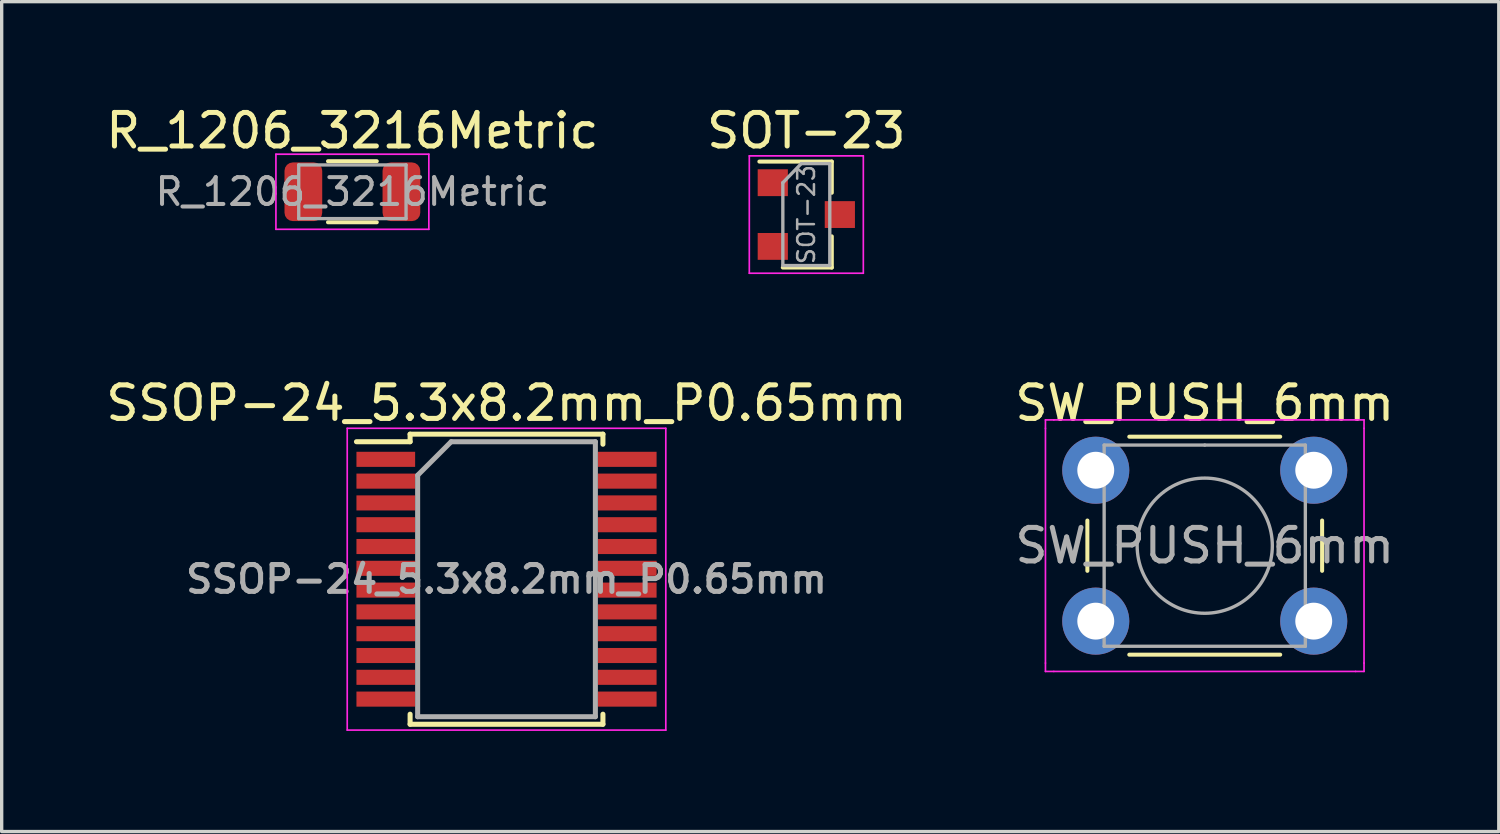
<source format=kicad_pcb>
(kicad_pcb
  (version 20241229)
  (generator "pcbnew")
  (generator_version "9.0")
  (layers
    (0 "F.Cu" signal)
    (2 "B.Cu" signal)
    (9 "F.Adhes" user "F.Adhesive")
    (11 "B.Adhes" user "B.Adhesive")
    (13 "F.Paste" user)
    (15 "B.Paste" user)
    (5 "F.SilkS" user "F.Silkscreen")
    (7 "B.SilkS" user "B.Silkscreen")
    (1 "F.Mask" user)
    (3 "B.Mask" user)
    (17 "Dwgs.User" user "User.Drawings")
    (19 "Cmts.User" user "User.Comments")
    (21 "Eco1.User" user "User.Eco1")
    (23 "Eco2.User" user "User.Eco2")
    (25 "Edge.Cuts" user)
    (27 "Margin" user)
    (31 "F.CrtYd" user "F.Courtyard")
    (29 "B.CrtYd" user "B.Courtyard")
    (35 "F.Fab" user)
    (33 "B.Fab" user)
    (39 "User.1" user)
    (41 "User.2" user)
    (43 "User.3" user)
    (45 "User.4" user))
  (footprint "SOT-23"
    (layer "F.Cu")
    (at 20.994 3.348)
    (property "Reference" "SOT-23" (at 0 -2.5 180) (layer "F.SilkS") (effects (font (size 1 1) (thickness 0.15))))
    (attr smd)
    (fp_line (start 0.76 -1.58) (end -1.4 -1.58) (stroke (width 0.12) (type solid)) (layer "F.SilkS"))
    (fp_line (start 0.76 -1.58) (end 0.76 -0.65) (stroke (width 0.12) (type solid)) (layer "F.SilkS"))
    (fp_line (start 0.76 1.58) (end -0.7 1.58) (stroke (width 0.12) (type solid)) (layer "F.SilkS"))
    (fp_line (start 0.76 1.58) (end 0.76 0.65) (stroke (width 0.12) (type solid)) (layer "F.SilkS"))
    (fp_line (start -1.7 -1.75) (end 1.7 -1.75) (stroke (width 0.05) (type solid)) (layer "F.CrtYd"))
    (fp_line (start -1.7 1.75) (end -1.7 -1.75) (stroke (width 0.05) (type solid)) (layer "F.CrtYd"))
    (fp_line (start 1.7 -1.75) (end 1.7 1.75) (stroke (width 0.05) (type solid)) (layer "F.CrtYd"))
    (fp_line (start 1.7 1.75) (end -1.7 1.75) (stroke (width 0.05) (type solid)) (layer "F.CrtYd"))
    (fp_line (start -0.7 -0.95) (end -0.7 1.5) (stroke (width 0.1) (type solid)) (layer "F.Fab"))
    (fp_line (start -0.7 -0.95) (end -0.15 -1.52) (stroke (width 0.1) (type solid)) (layer "F.Fab"))
    (fp_line (start -0.7 1.52) (end 0.7 1.52) (stroke (width 0.1) (type solid)) (layer "F.Fab"))
    (fp_line (start -0.15 -1.52) (end 0.7 -1.52) (stroke (width 0.1) (type solid)) (layer "F.Fab"))
    (fp_line (start 0.7 -1.52) (end 0.7 1.52) (stroke (width 0.1) (type solid)) (layer "F.Fab"))
    (fp_text user "${REFERENCE}" (at 0 0 270) (layer "F.Fab") (effects (font (size 0.5 0.5) (thickness 0.075))))
    (pad "1" smd rect (at -1 -0.95) (size 0.9 0.8) (layers "F.Cu" "F.Mask" "F.Paste"))
    (pad "2" smd rect (at -1 0.95) (size 0.9 0.8) (layers "F.Cu" "F.Mask" "F.Paste"))
    (pad "3" smd rect (at 1 0) (size 0.9 0.8) (layers "F.Cu" "F.Mask" "F.Paste")))
  (footprint "SW_PUSH_6mm"
    (layer "F.Cu")
    (at 29.625 10.972)
    (property "Reference" "SW_PUSH_6mm" (at 3.25 -2 0) (layer "F.SilkS") (effects (font (size 1 1) (thickness 0.15))))
    (attr through_hole)
    (fp_line (start -0.25 1.5) (end -0.25 3) (stroke (width 0.12) (type solid)) (layer "F.SilkS"))
    (fp_line (start 1 5.5) (end 5.5 5.5) (stroke (width 0.12) (type solid)) (layer "F.SilkS"))
    (fp_line (start 5.5 -1) (end 1 -1) (stroke (width 0.12) (type solid)) (layer "F.SilkS"))
    (fp_line (start 6.75 3) (end 6.75 1.5) (stroke (width 0.12) (type solid)) (layer "F.SilkS"))
    (fp_line (start -1.5 -1.5) (end -1.25 -1.5) (stroke (width 0.05) (type solid)) (layer "F.CrtYd"))
    (fp_line (start -1.5 -1.25) (end -1.5 -1.5) (stroke (width 0.05) (type solid)) (layer "F.CrtYd"))
    (fp_line (start -1.5 5.75) (end -1.5 -1.25) (stroke (width 0.05) (type solid)) (layer "F.CrtYd"))
    (fp_line (start -1.5 5.75) (end -1.5 6) (stroke (width 0.05) (type solid)) (layer "F.CrtYd"))
    (fp_line (start -1.5 6) (end -1.25 6) (stroke (width 0.05) (type solid)) (layer "F.CrtYd"))
    (fp_line (start -1.25 -1.5) (end 7.75 -1.5) (stroke (width 0.05) (type solid)) (layer "F.CrtYd"))
    (fp_line (start 7.75 -1.5) (end 8 -1.5) (stroke (width 0.05) (type solid)) (layer "F.CrtYd"))
    (fp_line (start 7.75 6) (end -1.25 6) (stroke (width 0.05) (type solid)) (layer "F.CrtYd"))
    (fp_line (start 7.75 6) (end 8 6) (stroke (width 0.05) (type solid)) (layer "F.CrtYd"))
    (fp_line (start 8 -1.5) (end 8 -1.25) (stroke (width 0.05) (type solid)) (layer "F.CrtYd"))
    (fp_line (start 8 -1.25) (end 8 5.75) (stroke (width 0.05) (type solid)) (layer "F.CrtYd"))
    (fp_line (start 8 6) (end 8 5.75) (stroke (width 0.05) (type solid)) (layer "F.CrtYd"))
    (fp_line (start 0.25 -0.75) (end 3.25 -0.75) (stroke (width 0.1) (type solid)) (layer "F.Fab"))
    (fp_line (start 0.25 5.25) (end 0.25 -0.75) (stroke (width 0.1) (type solid)) (layer "F.Fab"))
    (fp_line (start 3.25 -0.75) (end 6.25 -0.75) (stroke (width 0.1) (type solid)) (layer "F.Fab"))
    (fp_line (start 6.25 -0.75) (end 6.25 5.25) (stroke (width 0.1) (type solid)) (layer "F.Fab"))
    (fp_line (start 6.25 5.25) (end 0.25 5.25) (stroke (width 0.1) (type solid)) (layer "F.Fab"))
    (fp_circle (center 3.25 2.25) (end 1.25 2.5) (stroke (width 0.1) (type solid)) (fill no) (layer "F.Fab"))
    (fp_text user "${REFERENCE}" (at 3.25 2.25 0) (layer "F.Fab") (effects (font (size 1 1) (thickness 0.15))))
    (pad "1" thru_hole circle (at 0 0 90) (size 2 2) (drill 1.1) (layers "*.Cu" "*.Mask"))
    (pad "1" thru_hole circle (at 6.5 0 90) (size 2 2) (drill 1.1) (layers "*.Cu" "*.Mask"))
    (pad "2" thru_hole circle (at 0 4.5 90) (size 2 2) (drill 1.1) (layers "*.Cu" "*.Mask"))
    (pad "2" thru_hole circle (at 6.5 4.5 90) (size 2 2) (drill 1.1) (layers "*.Cu" "*.Mask")))
  (footprint "SSOP-24_5.3x8.2mm_P0.65mm"
    (layer "F.Cu")
    (at 12.054 14.222)
    (property "Reference" "SSOP-24_5.3x8.2mm_P0.65mm" (at 0 -5.25 0) (layer "F.SilkS") (effects (font (size 1 1) (thickness 0.15))))
    (attr smd)
    (fp_line (start -2.875 -4.325) (end -2.875 -4.1) (stroke (width 0.15) (type solid)) (layer "F.SilkS"))
    (fp_line (start -2.875 -4.325) (end 2.875 -4.325) (stroke (width 0.15) (type solid)) (layer "F.SilkS"))
    (fp_line (start -2.875 -4.1) (end -4.475 -4.1) (stroke (width 0.15) (type solid)) (layer "F.SilkS"))
    (fp_line (start -2.875 4.325) (end -2.875 4.025) (stroke (width 0.15) (type solid)) (layer "F.SilkS"))
    (fp_line (start -2.875 4.325) (end 2.875 4.325) (stroke (width 0.15) (type solid)) (layer "F.SilkS"))
    (fp_line (start 2.875 -4.325) (end 2.875 -4.025) (stroke (width 0.15) (type solid)) (layer "F.SilkS"))
    (fp_line (start 2.875 4.325) (end 2.875 4.025) (stroke (width 0.15) (type solid)) (layer "F.SilkS"))
    (fp_line (start -4.75 -4.5) (end -4.75 4.5) (stroke (width 0.05) (type solid)) (layer "F.CrtYd"))
    (fp_line (start -4.75 -4.5) (end 4.75 -4.5) (stroke (width 0.05) (type solid)) (layer "F.CrtYd"))
    (fp_line (start -4.75 4.5) (end 4.75 4.5) (stroke (width 0.05) (type solid)) (layer "F.CrtYd"))
    (fp_line (start 4.75 -4.5) (end 4.75 4.5) (stroke (width 0.05) (type solid)) (layer "F.CrtYd"))
    (fp_line (start -2.65 -3.1) (end -1.65 -4.1) (stroke (width 0.15) (type solid)) (layer "F.Fab"))
    (fp_line (start -2.65 4.1) (end -2.65 -3.1) (stroke (width 0.15) (type solid)) (layer "F.Fab"))
    (fp_line (start -1.65 -4.1) (end 2.65 -4.1) (stroke (width 0.15) (type solid)) (layer "F.Fab"))
    (fp_line (start 2.65 -4.1) (end 2.65 4.1) (stroke (width 0.15) (type solid)) (layer "F.Fab"))
    (fp_line (start 2.65 4.1) (end -2.65 4.1) (stroke (width 0.15) (type solid)) (layer "F.Fab"))
    (fp_text user "${REFERENCE}" (at 0 0 0) (layer "F.Fab") (effects (font (size 0.8 0.8) (thickness 0.15))))
    (pad "1" smd rect (at -3.6 -3.575) (size 1.75 0.45) (layers "F.Cu" "F.Mask" "F.Paste"))
    (pad "2" smd rect (at -3.6 -2.925) (size 1.75 0.45) (layers "F.Cu" "F.Mask" "F.Paste"))
    (pad "3" smd rect (at -3.6 -2.275) (size 1.75 0.45) (layers "F.Cu" "F.Mask" "F.Paste"))
    (pad "4" smd rect (at -3.6 -1.625) (size 1.75 0.45) (layers "F.Cu" "F.Mask" "F.Paste"))
    (pad "5" smd rect (at -3.6 -0.975) (size 1.75 0.45) (layers "F.Cu" "F.Mask" "F.Paste"))
    (pad "6" smd rect (at -3.6 -0.325) (size 1.75 0.45) (layers "F.Cu" "F.Mask" "F.Paste"))
    (pad "7" smd rect (at -3.6 0.325) (size 1.75 0.45) (layers "F.Cu" "F.Mask" "F.Paste"))
    (pad "8" smd rect (at -3.6 0.975) (size 1.75 0.45) (layers "F.Cu" "F.Mask" "F.Paste"))
    (pad "9" smd rect (at -3.6 1.625) (size 1.75 0.45) (layers "F.Cu" "F.Mask" "F.Paste"))
    (pad "10" smd rect (at -3.6 2.275) (size 1.75 0.45) (layers "F.Cu" "F.Mask" "F.Paste"))
    (pad "11" smd rect (at -3.6 2.925) (size 1.75 0.45) (layers "F.Cu" "F.Mask" "F.Paste"))
    (pad "12" smd rect (at -3.6 3.575) (size 1.75 0.45) (layers "F.Cu" "F.Mask" "F.Paste"))
    (pad "13" smd rect (at 3.6 3.575) (size 1.75 0.45) (layers "F.Cu" "F.Mask" "F.Paste"))
    (pad "14" smd rect (at 3.6 2.925) (size 1.75 0.45) (layers "F.Cu" "F.Mask" "F.Paste"))
    (pad "15" smd rect (at 3.6 2.275) (size 1.75 0.45) (layers "F.Cu" "F.Mask" "F.Paste"))
    (pad "16" smd rect (at 3.6 1.625) (size 1.75 0.45) (layers "F.Cu" "F.Mask" "F.Paste"))
    (pad "17" smd rect (at 3.6 0.975) (size 1.75 0.45) (layers "F.Cu" "F.Mask" "F.Paste"))
    (pad "18" smd rect (at 3.6 0.325) (size 1.75 0.45) (layers "F.Cu" "F.Mask" "F.Paste"))
    (pad "19" smd rect (at 3.6 -0.325) (size 1.75 0.45) (layers "F.Cu" "F.Mask" "F.Paste"))
    (pad "20" smd rect (at 3.6 -0.975) (size 1.75 0.45) (layers "F.Cu" "F.Mask" "F.Paste"))
    (pad "21" smd rect (at 3.6 -1.625) (size 1.75 0.45) (layers "F.Cu" "F.Mask" "F.Paste"))
    (pad "22" smd rect (at 3.6 -2.275) (size 1.75 0.45) (layers "F.Cu" "F.Mask" "F.Paste"))
    (pad "23" smd rect (at 3.6 -2.925) (size 1.75 0.45) (layers "F.Cu" "F.Mask" "F.Paste"))
    (pad "24" smd rect (at 3.6 -3.575) (size 1.75 0.45) (layers "F.Cu" "F.Mask" "F.Paste")))
  (footprint "R_1206_3216Metric"
    (layer "F.Cu")
    (at 7.458 2.668)
    (property "Reference" "R_1206_3216Metric" (at 0 -1.82 0) (layer "F.SilkS") (effects (font (size 1 1) (thickness 0.15))))
    (attr smd)
    (fp_line (start -0.727 -0.91) (end 0.727 -0.91) (stroke (width 0.12) (type solid)) (layer "F.SilkS"))
    (fp_line (start -0.727 0.91) (end 0.727 0.91) (stroke (width 0.12) (type solid)) (layer "F.SilkS"))
    (fp_line (start -2.28 -1.12) (end 2.28 -1.12) (stroke (width 0.05) (type solid)) (layer "F.CrtYd"))
    (fp_line (start -2.28 1.12) (end -2.28 -1.12) (stroke (width 0.05) (type solid)) (layer "F.CrtYd"))
    (fp_line (start 2.28 -1.12) (end 2.28 1.12) (stroke (width 0.05) (type solid)) (layer "F.CrtYd"))
    (fp_line (start 2.28 1.12) (end -2.28 1.12) (stroke (width 0.05) (type solid)) (layer "F.CrtYd"))
    (fp_line (start -1.6 -0.8) (end 1.6 -0.8) (stroke (width 0.1) (type solid)) (layer "F.Fab"))
    (fp_line (start -1.6 0.8) (end -1.6 -0.8) (stroke (width 0.1) (type solid)) (layer "F.Fab"))
    (fp_line (start 1.6 -0.8) (end 1.6 0.8) (stroke (width 0.1) (type solid)) (layer "F.Fab"))
    (fp_line (start 1.6 0.8) (end -1.6 0.8) (stroke (width 0.1) (type solid)) (layer "F.Fab"))
    (fp_text user "${REFERENCE}" (at 0 0 0) (layer "F.Fab") (effects (font (size 0.8 0.8) (thickness 0.12))))
    (pad "1" smd roundrect (at -1.462 0) (size 1.125 1.75) (layers "F.Cu" "F.Mask" "F.Paste") (roundrect_rratio 0.222))
    (pad "2" smd roundrect (at 1.462 0) (size 1.125 1.75) (layers "F.Cu" "F.Mask" "F.Paste") (roundrect_rratio 0.222)))
  (gr_rect
    (start -3 -3)
    (end 41.643 21.747)
    (stroke (width 0.1) (type default))
    (fill no)
    (layer "Edge.Cuts")))
</source>
